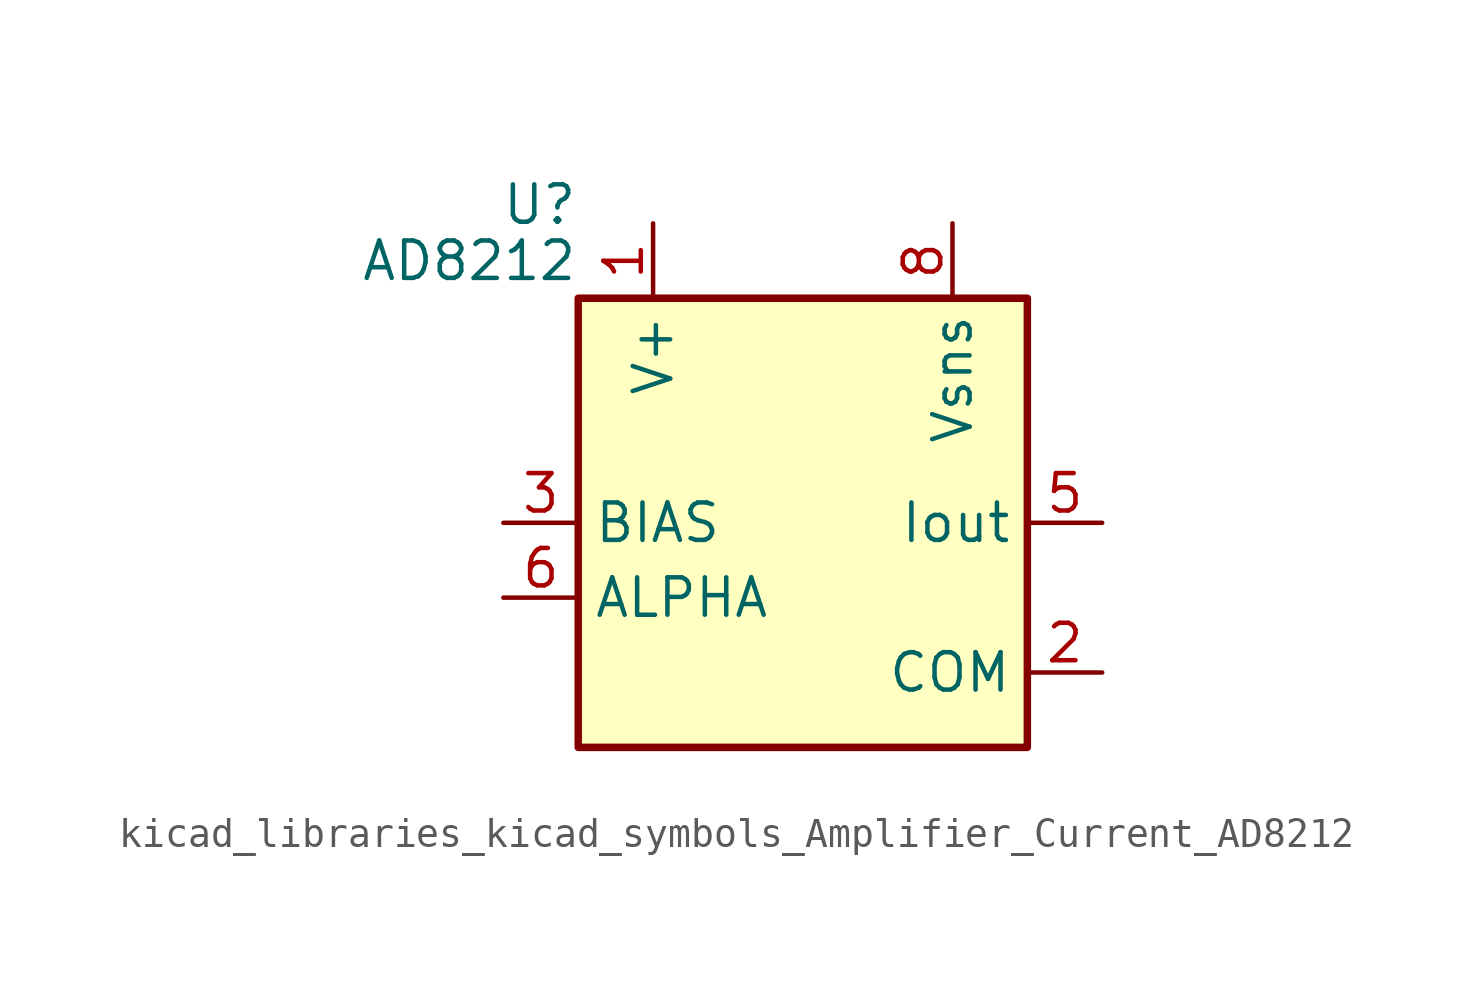
<source format=kicad_sym>
(kicad_symbol_lib
  (version 20220914)
  (generator kicad_symbol_editor)
  (symbol "kicad_libraries_kicad_symbols_Amplifier_Current_AD8212"
    (property "Reference" "U"
      (at -7.62 10.795 0)
      (effects (font (size 1.27 1.27)) (justify right)))
    (property "Value" "AD8212"
      (at -7.62 8.89 0)
      (effects (font (size 1.27 1.27)) (justify right)))
    (symbol "kicad_libraries_kicad_symbols_Amplifier_Current_AD8212_0_1"
      (rectangle (start -7.62 7.62) (end 7.62 -7.62) (stroke (width 0.254) (type default)) (fill (type background))))
    (symbol "kicad_libraries_kicad_symbols_Amplifier_Current_AD8212_1_1"
      (pin power_in line (at -5.08 10.16 270) (length 2.54) (name "V+" (effects (font (size 1.27 1.27)))) (number "1" (effects (font (size 1.27 1.27)))))
      (pin input line (at 10.16 -5.08 180) (length 2.54) (name "COM" (effects (font (size 1.27 1.27)))) (number "2" (effects (font (size 1.27 1.27)))))
      (pin input line (at -10.16 0 0) (length 2.54) (name "BIAS" (effects (font (size 1.27 1.27)))) (number "3" (effects (font (size 1.27 1.27)))))
      (pin no_connect line (at -2.54 -7.62 90) (length 2.54) hide (name "NC" (effects (font (size 1.27 1.27)))) (number "4" (effects (font (size 1.27 1.27)))))
      (pin output line (at 10.16 0 180) (length 2.54) (name "Iout" (effects (font (size 1.27 1.27)))) (number "5" (effects (font (size 1.27 1.27)))))
      (pin output line (at -10.16 -2.54 0) (length 2.54) (name "ALPHA" (effects (font (size 1.27 1.27)))) (number "6" (effects (font (size 1.27 1.27)))))
      (pin no_connect line (at 0 -7.62 90) (length 2.54) hide (name "NC" (effects (font (size 1.27 1.27)))) (number "7" (effects (font (size 1.27 1.27)))))
      (pin input line (at 5.08 10.16 270) (length 2.54) (name "Vsns" (effects (font (size 1.27 1.27)))) (number "8" (effects (font (size 1.27 1.27))))))))
</source>
